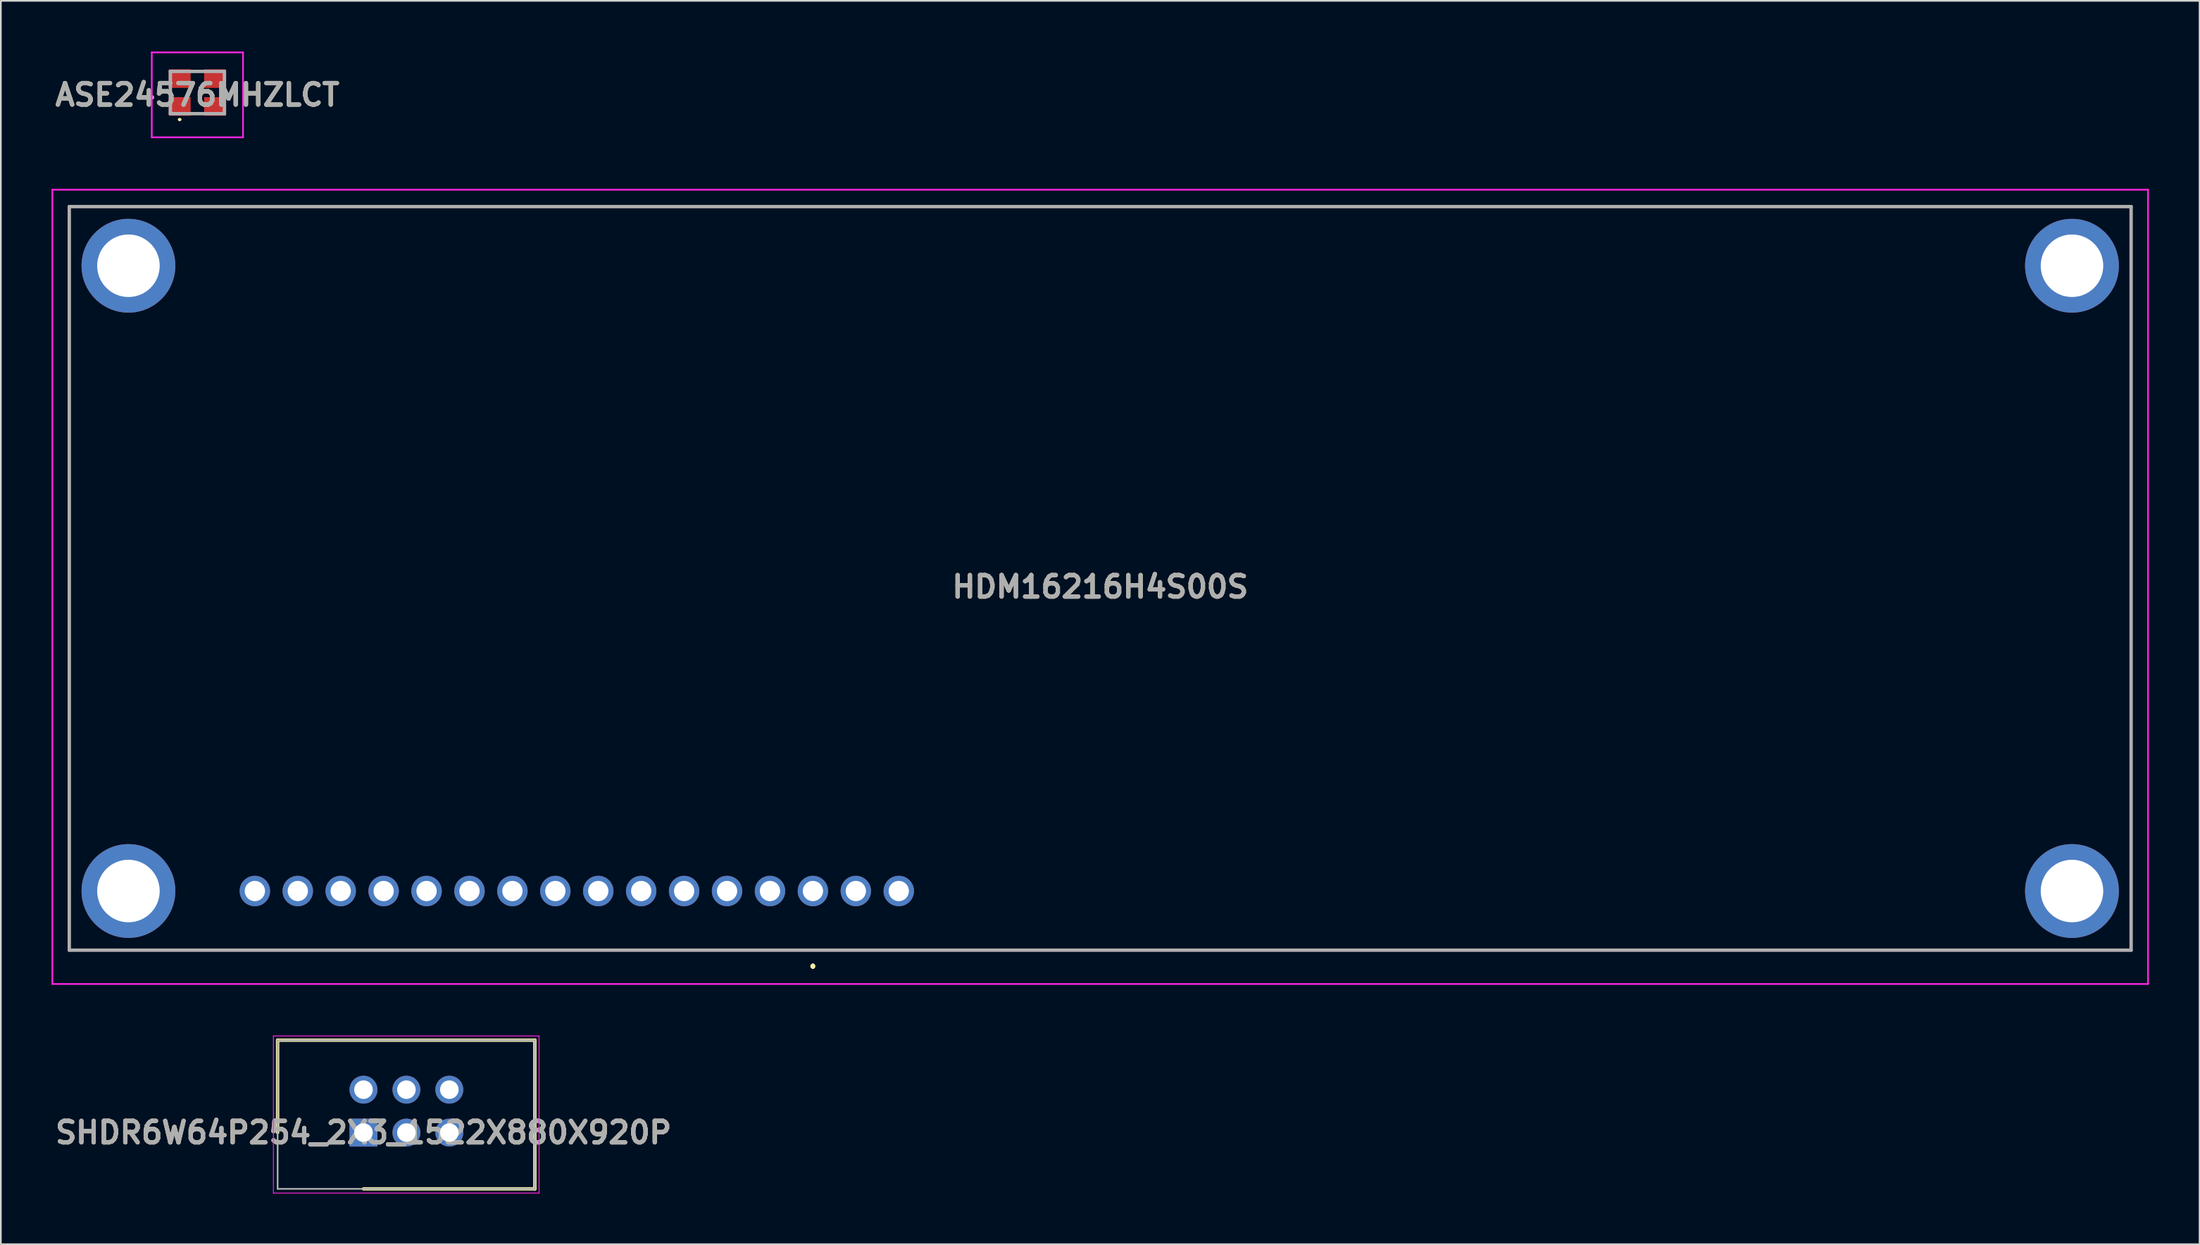
<source format=kicad_pcb>
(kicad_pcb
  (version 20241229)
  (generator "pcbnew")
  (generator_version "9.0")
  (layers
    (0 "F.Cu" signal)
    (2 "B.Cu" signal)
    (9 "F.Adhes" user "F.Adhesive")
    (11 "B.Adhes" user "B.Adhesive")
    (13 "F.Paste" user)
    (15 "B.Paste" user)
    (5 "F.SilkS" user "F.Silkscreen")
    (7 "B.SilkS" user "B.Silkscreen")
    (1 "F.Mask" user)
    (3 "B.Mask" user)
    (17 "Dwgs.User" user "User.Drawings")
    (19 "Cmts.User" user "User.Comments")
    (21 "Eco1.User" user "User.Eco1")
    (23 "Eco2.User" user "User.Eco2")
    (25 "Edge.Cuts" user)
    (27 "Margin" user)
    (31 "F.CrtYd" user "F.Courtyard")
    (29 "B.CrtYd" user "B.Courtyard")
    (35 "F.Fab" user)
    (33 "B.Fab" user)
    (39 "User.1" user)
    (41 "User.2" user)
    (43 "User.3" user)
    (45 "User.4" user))
  (footprint "ASE24576MHZLCT"
    (layer "F.Cu")
    (at 8.63 2.425)
    (property "Reference" "ASE24576MHZLCT" (at 0 0.138 0) (layer "F.SilkS") (effects (font (size 1.27 1.27) (thickness 0.254))))
    (attr smd)
    (fp_line (start -1.6 -0.1) (end -1.6 0.1) (stroke (width 0.1) (type solid)) (layer "F.SilkS"))
    (fp_line (start -1.1 1.6) (end -1.1 1.6) (stroke (width 0.1) (type solid)) (layer "F.SilkS"))
    (fp_line (start -1 1.6) (end -1 1.6) (stroke (width 0.1) (type solid)) (layer "F.SilkS"))
    (fp_line (start -0.2 -1.25) (end 0.2 -1.25) (stroke (width 0.1) (type solid)) (layer "F.SilkS"))
    (fp_line (start -0.2 1.25) (end 0.2 1.25) (stroke (width 0.1) (type solid)) (layer "F.SilkS"))
    (fp_line (start 1.6 -0.1) (end 1.6 0.1) (stroke (width 0.1) (type solid)) (layer "F.SilkS"))
    (fp_arc (start -1.1 1.6) (mid -1.05 1.55) (end -1 1.6) (stroke (width 0.1) (type solid)) (layer "F.SilkS"))
    (fp_arc (start -1 1.6) (mid -1.05 1.65) (end -1.1 1.6) (stroke (width 0.1) (type solid)) (layer "F.SilkS"))
    (fp_line (start -2.7 -2.375) (end 2.7 -2.375) (stroke (width 0.1) (type solid)) (layer "F.CrtYd"))
    (fp_line (start -2.7 2.65) (end -2.7 -2.375) (stroke (width 0.1) (type solid)) (layer "F.CrtYd"))
    (fp_line (start 2.7 -2.375) (end 2.7 2.65) (stroke (width 0.1) (type solid)) (layer "F.CrtYd"))
    (fp_line (start 2.7 2.65) (end -2.7 2.65) (stroke (width 0.1) (type solid)) (layer "F.CrtYd"))
    (fp_line (start -1.6 -1.25) (end 1.6 -1.25) (stroke (width 0.2) (type solid)) (layer "F.Fab"))
    (fp_line (start -1.6 1.25) (end -1.6 -1.25) (stroke (width 0.2) (type solid)) (layer "F.Fab"))
    (fp_line (start 1.6 -1.25) (end 1.6 1.25) (stroke (width 0.2) (type solid)) (layer "F.Fab"))
    (fp_line (start 1.6 1.25) (end -1.6 1.25) (stroke (width 0.2) (type solid)) (layer "F.Fab"))
    (fp_text user "${REFERENCE}" (at 0 0.138 0) (layer "F.Fab") (effects (font (size 1.27 1.27) (thickness 0.254))))
    (pad "1" smd rect (at -1.05 0.825 90) (size 1.1 1.3) (layers "F.Cu" "F.Mask" "F.Paste"))
    (pad "2" smd rect (at 1.05 0.825 90) (size 1.1 1.3) (layers "F.Cu" "F.Mask" "F.Paste"))
    (pad "3" smd rect (at 1.05 -0.825 90) (size 1.1 1.3) (layers "F.Cu" "F.Mask" "F.Paste"))
    (pad "4" smd rect (at -1.05 -0.825 90) (size 1.1 1.3) (layers "F.Cu" "F.Mask" "F.Paste")))
  (footprint "HDM16216H4S00S"
    (layer "F.Cu")
    (at 45.05 49.675)
    (property "Reference" "HDM16216H4S00S" (at 17 -18 0) (layer "F.SilkS") (effects (font (size 1.27 1.27) (thickness 0.254))))
    (attr through_hole)
    (fp_line (start -44 -40.5) (end 78 -40.5) (stroke (width 0.1) (type solid)) (layer "F.SilkS"))
    (fp_line (start -44 3.5) (end -44 -40.5) (stroke (width 0.1) (type solid)) (layer "F.SilkS"))
    (fp_line (start 0 4.4) (end 0 4.4) (stroke (width 0.2) (type solid)) (layer "F.SilkS"))
    (fp_line (start 0 4.4) (end 0 4.4) (stroke (width 0.2) (type solid)) (layer "F.SilkS"))
    (fp_line (start 0 4.5) (end 0 4.5) (stroke (width 0.2) (type solid)) (layer "F.SilkS"))
    (fp_line (start 78 -40.5) (end 78 3.5) (stroke (width 0.1) (type solid)) (layer "F.SilkS"))
    (fp_line (start 78 3.5) (end -44 3.5) (stroke (width 0.1) (type solid)) (layer "F.SilkS"))
    (fp_arc (start 0 4.4) (mid 0.05 4.45) (end 0 4.5) (stroke (width 0.2) (type solid)) (layer "F.SilkS"))
    (fp_arc (start 0 4.5) (mid -0.05 4.45) (end 0 4.4) (stroke (width 0.2) (type solid)) (layer "F.SilkS"))
    (fp_arc (start 0 4.5) (mid -0.05 4.45) (end 0 4.4) (stroke (width 0.2) (type solid)) (layer "F.SilkS"))
    (fp_line (start -45 -41.5) (end 79 -41.5) (stroke (width 0.1) (type solid)) (layer "F.CrtYd"))
    (fp_line (start -45 5.5) (end -45 -41.5) (stroke (width 0.1) (type solid)) (layer "F.CrtYd"))
    (fp_line (start 79 -41.5) (end 79 5.5) (stroke (width 0.1) (type solid)) (layer "F.CrtYd"))
    (fp_line (start 79 5.5) (end -45 5.5) (stroke (width 0.1) (type solid)) (layer "F.CrtYd"))
    (fp_line (start -44 -40.5) (end -44 3.5) (stroke (width 0.2) (type solid)) (layer "F.Fab"))
    (fp_line (start -44 3.5) (end 78 3.5) (stroke (width 0.2) (type solid)) (layer "F.Fab"))
    (fp_line (start 78 -40.5) (end -44 -40.5) (stroke (width 0.2) (type solid)) (layer "F.Fab"))
    (fp_line (start 78 3.5) (end 78 -40.5) (stroke (width 0.2) (type solid)) (layer "F.Fab"))
    (fp_text user "${REFERENCE}" (at 17 -18 0) (layer "F.Fab") (effects (font (size 1.27 1.27) (thickness 0.254))))
    (pad "1" thru_hole circle (at 0 0) (size 1.8 1.8) (drill 1.2) (layers "*.Cu" "*.Mask"))
    (pad "2" thru_hole circle (at -2.54 0) (size 1.8 1.8) (drill 1.2) (layers "*.Cu" "*.Mask"))
    (pad "3" thru_hole circle (at -5.08 0) (size 1.8 1.8) (drill 1.2) (layers "*.Cu" "*.Mask"))
    (pad "4" thru_hole circle (at -7.62 0) (size 1.8 1.8) (drill 1.2) (layers "*.Cu" "*.Mask"))
    (pad "5" thru_hole circle (at -10.16 0) (size 1.8 1.8) (drill 1.2) (layers "*.Cu" "*.Mask"))
    (pad "6" thru_hole circle (at -12.7 0) (size 1.8 1.8) (drill 1.2) (layers "*.Cu" "*.Mask"))
    (pad "7" thru_hole circle (at -15.24 0) (size 1.8 1.8) (drill 1.2) (layers "*.Cu" "*.Mask"))
    (pad "8" thru_hole circle (at -17.78 0) (size 1.8 1.8) (drill 1.2) (layers "*.Cu" "*.Mask"))
    (pad "9" thru_hole circle (at -20.32 0) (size 1.8 1.8) (drill 1.2) (layers "*.Cu" "*.Mask"))
    (pad "10" thru_hole circle (at -22.86 0) (size 1.8 1.8) (drill 1.2) (layers "*.Cu" "*.Mask"))
    (pad "11" thru_hole circle (at -25.4 0) (size 1.8 1.8) (drill 1.2) (layers "*.Cu" "*.Mask"))
    (pad "12" thru_hole circle (at -27.94 0) (size 1.8 1.8) (drill 1.2) (layers "*.Cu" "*.Mask"))
    (pad "13" thru_hole circle (at -30.48 0) (size 1.8 1.8) (drill 1.2) (layers "*.Cu" "*.Mask"))
    (pad "14" thru_hole circle (at -33.02 0) (size 1.8 1.8) (drill 1.2) (layers "*.Cu" "*.Mask"))
    (pad "15" thru_hole circle (at 2.54 0) (size 1.8 1.8) (drill 1.2) (layers "*.Cu" "*.Mask"))
    (pad "16" thru_hole circle (at 5.08 0) (size 1.8 1.8) (drill 1.2) (layers "*.Cu" "*.Mask"))
    (pad "MH1" thru_hole circle (at 74.5 0) (size 5.55 5.55) (drill 3.7) (layers "*.Cu" "*.Mask"))
    (pad "MH2" thru_hole circle (at -40.5 0) (size 5.55 5.55) (drill 3.7) (layers "*.Cu" "*.Mask"))
    (pad "MH3" thru_hole circle (at -40.5 -37) (size 5.55 5.55) (drill 3.7) (layers "*.Cu" "*.Mask"))
    (pad "MH4" thru_hole circle (at 74.5 -37) (size 5.55 5.55) (drill 3.7) (layers "*.Cu" "*.Mask")))
  (footprint "SHDR6W64P254_2X3_1522X880X920P"
    (layer "F.Cu")
    (at 18.457 63.97)
    (property "Reference" "SHDR6W64P254_2X3_1522X880X920P" (at 0 0 0) (layer "F.SilkS") (effects (font (size 1.27 1.27) (thickness 0.254))))
    (attr through_hole)
    (fp_line (start -5.08 -5.47) (end -5.08 0) (stroke (width 0.2) (type solid)) (layer "F.SilkS"))
    (fp_line (start 0 3.33) (end 10.14 3.33) (stroke (width 0.2) (type solid)) (layer "F.SilkS"))
    (fp_line (start 10.14 -5.47) (end -5.08 -5.47) (stroke (width 0.2) (type solid)) (layer "F.SilkS"))
    (fp_line (start 10.14 3.33) (end 10.14 -5.47) (stroke (width 0.2) (type solid)) (layer "F.SilkS"))
    (fp_line (start -5.33 -5.72) (end 10.39 -5.72) (stroke (width 0.05) (type solid)) (layer "F.CrtYd"))
    (fp_line (start -5.33 3.58) (end -5.33 -5.72) (stroke (width 0.05) (type solid)) (layer "F.CrtYd"))
    (fp_line (start 10.39 -5.72) (end 10.39 3.58) (stroke (width 0.05) (type solid)) (layer "F.CrtYd"))
    (fp_line (start 10.39 3.58) (end -5.33 3.58) (stroke (width 0.05) (type solid)) (layer "F.CrtYd"))
    (fp_line (start -5.08 -5.47) (end 10.14 -5.47) (stroke (width 0.1) (type solid)) (layer "F.Fab"))
    (fp_line (start -5.08 3.33) (end -5.08 -5.47) (stroke (width 0.1) (type solid)) (layer "F.Fab"))
    (fp_line (start 10.14 -5.47) (end 10.14 3.33) (stroke (width 0.1) (type solid)) (layer "F.Fab"))
    (fp_line (start 10.14 3.33) (end -5.08 3.33) (stroke (width 0.1) (type solid)) (layer "F.Fab"))
    (fp_text user "${REFERENCE}" (at 0 0 0) (layer "F.Fab") (effects (font (size 1.27 1.27) (thickness 0.254))))
    (pad "1" thru_hole rect (at 0 0) (size 1.65 1.65) (drill 1.1) (layers "*.Cu" "*.Mask"))
    (pad "2" thru_hole circle (at 0 -2.54) (size 1.65 1.65) (drill 1.1) (layers "*.Cu" "*.Mask"))
    (pad "3" thru_hole circle (at 2.54 0) (size 1.65 1.65) (drill 1.1) (layers "*.Cu" "*.Mask"))
    (pad "4" thru_hole circle (at 2.54 -2.54) (size 1.65 1.65) (drill 1.1) (layers "*.Cu" "*.Mask"))
    (pad "5" thru_hole circle (at 5.08 0) (size 1.65 1.65) (drill 1.1) (layers "*.Cu" "*.Mask"))
    (pad "6" thru_hole circle (at 5.08 -2.54) (size 1.65 1.65) (drill 1.1) (layers "*.Cu" "*.Mask")))
  (gr_rect
    (start -3 -3)
    (end 127.1 70.575)
    (stroke (width 0.1) (type default))
    (fill no)
    (layer "Edge.Cuts")))
</source>
